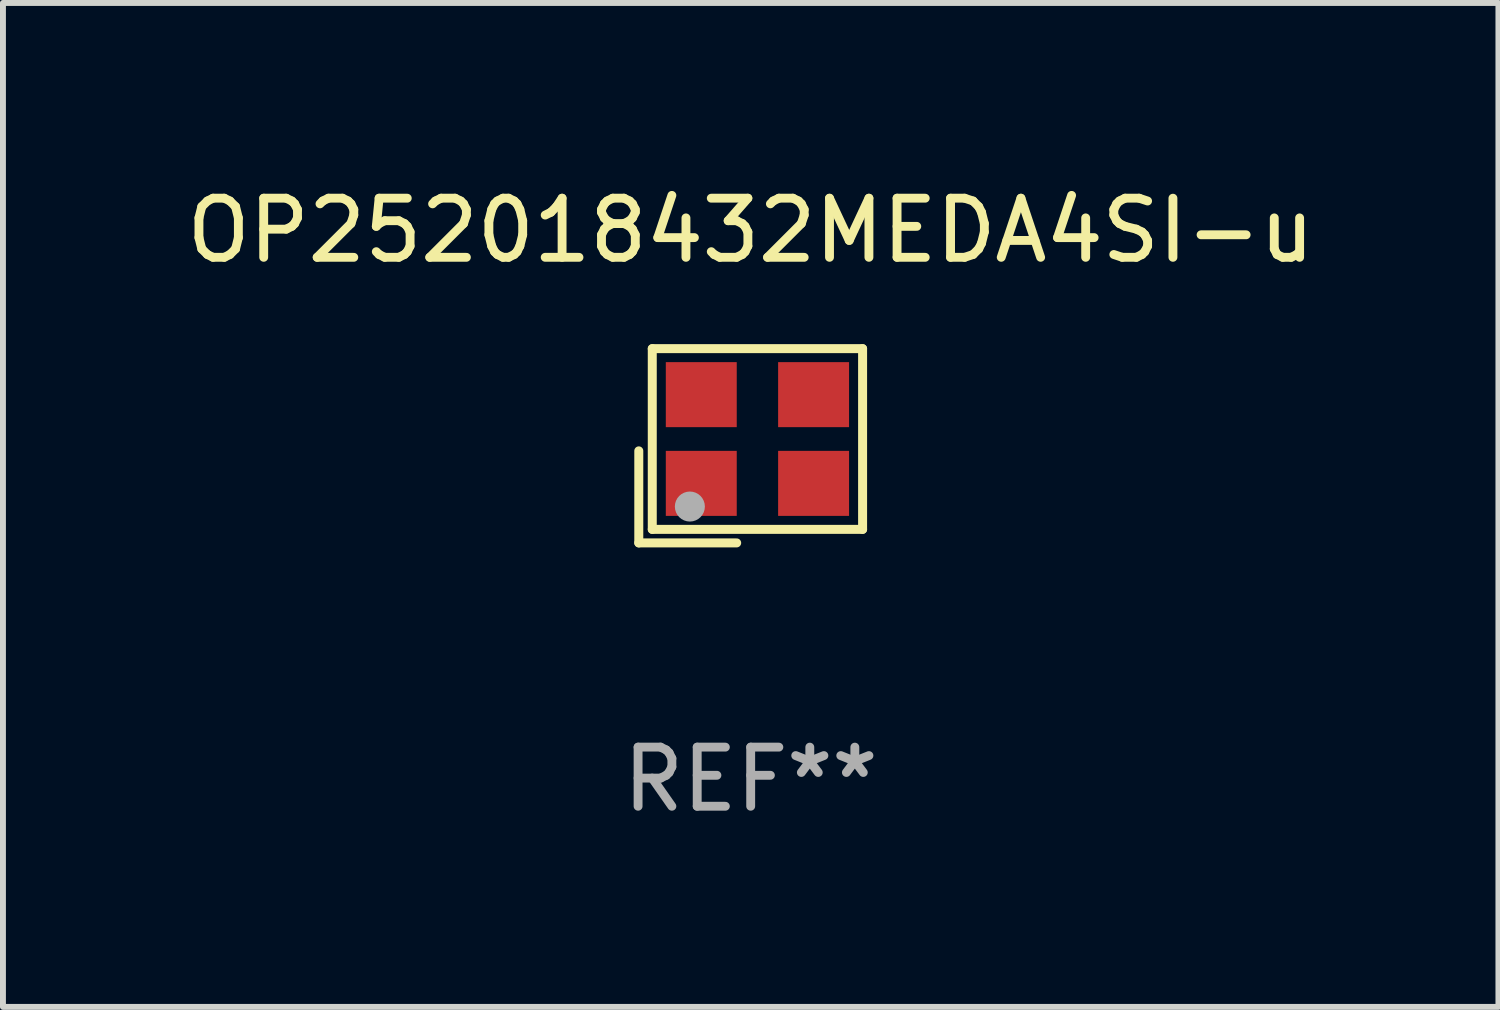
<source format=kicad_pcb>
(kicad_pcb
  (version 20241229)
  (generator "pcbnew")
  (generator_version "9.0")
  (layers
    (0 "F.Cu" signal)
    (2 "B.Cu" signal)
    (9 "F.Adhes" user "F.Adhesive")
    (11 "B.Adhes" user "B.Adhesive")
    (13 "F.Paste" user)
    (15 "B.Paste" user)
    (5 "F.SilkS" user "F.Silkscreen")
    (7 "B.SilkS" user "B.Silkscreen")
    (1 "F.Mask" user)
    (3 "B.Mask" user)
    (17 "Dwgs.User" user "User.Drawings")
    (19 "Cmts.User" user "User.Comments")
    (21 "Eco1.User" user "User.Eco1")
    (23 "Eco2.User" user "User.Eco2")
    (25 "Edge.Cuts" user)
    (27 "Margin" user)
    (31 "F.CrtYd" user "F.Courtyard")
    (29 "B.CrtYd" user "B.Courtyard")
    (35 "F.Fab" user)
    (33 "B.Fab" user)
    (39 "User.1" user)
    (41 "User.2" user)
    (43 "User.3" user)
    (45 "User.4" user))
  (footprint "OP252018432MEDA4SI-u"
    (layer "F.Cu")
    (at 9.649 4.491)
    (property "Reference" "OP252018432MEDA4SI-u" (at 0 -3.643 0) (layer "F.SilkS") (effects (font (size 1 1) (thickness 0.15))))
    (attr through_hole)
    (fp_line (start -1.893 0.086) (end -1.893 1.643) (stroke (width 0.152) (type solid)) (layer "F.SilkS"))
    (fp_line (start -1.893 1.643) (end -0.237 1.643) (stroke (width 0.152) (type solid)) (layer "F.SilkS"))
    (fp_line (start -1.665 -1.643) (end 1.893 -1.643) (stroke (width 0.152) (type solid)) (layer "F.SilkS"))
    (fp_line (start -1.665 1.414) (end -1.665 -1.643) (stroke (width 0.152) (type solid)) (layer "F.SilkS"))
    (fp_line (start 1.893 -1.643) (end 1.893 1.414) (stroke (width 0.152) (type solid)) (layer "F.SilkS"))
    (fp_line (start 1.893 1.414) (end -1.665 1.414) (stroke (width 0.152) (type solid)) (layer "F.SilkS"))
    (fp_circle (center -1.136 0.885) (end -1.106 0.885) (stroke (width 0.06) (type solid)) (fill no) (layer "F.SilkS"))
    (fp_circle (center -1.029 1.028) (end -0.902 1.028) (stroke (width 0.254) (type solid)) (fill no) (layer "F.Fab"))
    (fp_text user "REF**" (at 0 5.643 0) (layer "F.Fab") (effects (font (size 1 1) (thickness 0.15))))
    (pad "1" smd rect (at -0.836 0.636) (size 1.2 1.1) (layers "F.Cu" "F.Mask" "F.Paste"))
    (pad "2" smd rect (at 1.064 0.636) (size 1.2 1.1) (layers "F.Cu" "F.Mask" "F.Paste"))
    (pad "3" smd rect (at 1.064 -0.865) (size 1.2 1.1) (layers "F.Cu" "F.Mask" "F.Paste"))
    (pad "4" smd rect (at -0.836 -0.865) (size 1.2 1.1) (layers "F.Cu" "F.Mask" "F.Paste")))
  (gr_rect
    (start -3 -3)
    (end 22.298 13.983)
    (stroke (width 0.1) (type default))
    (fill no)
    (layer "Edge.Cuts")))
</source>
